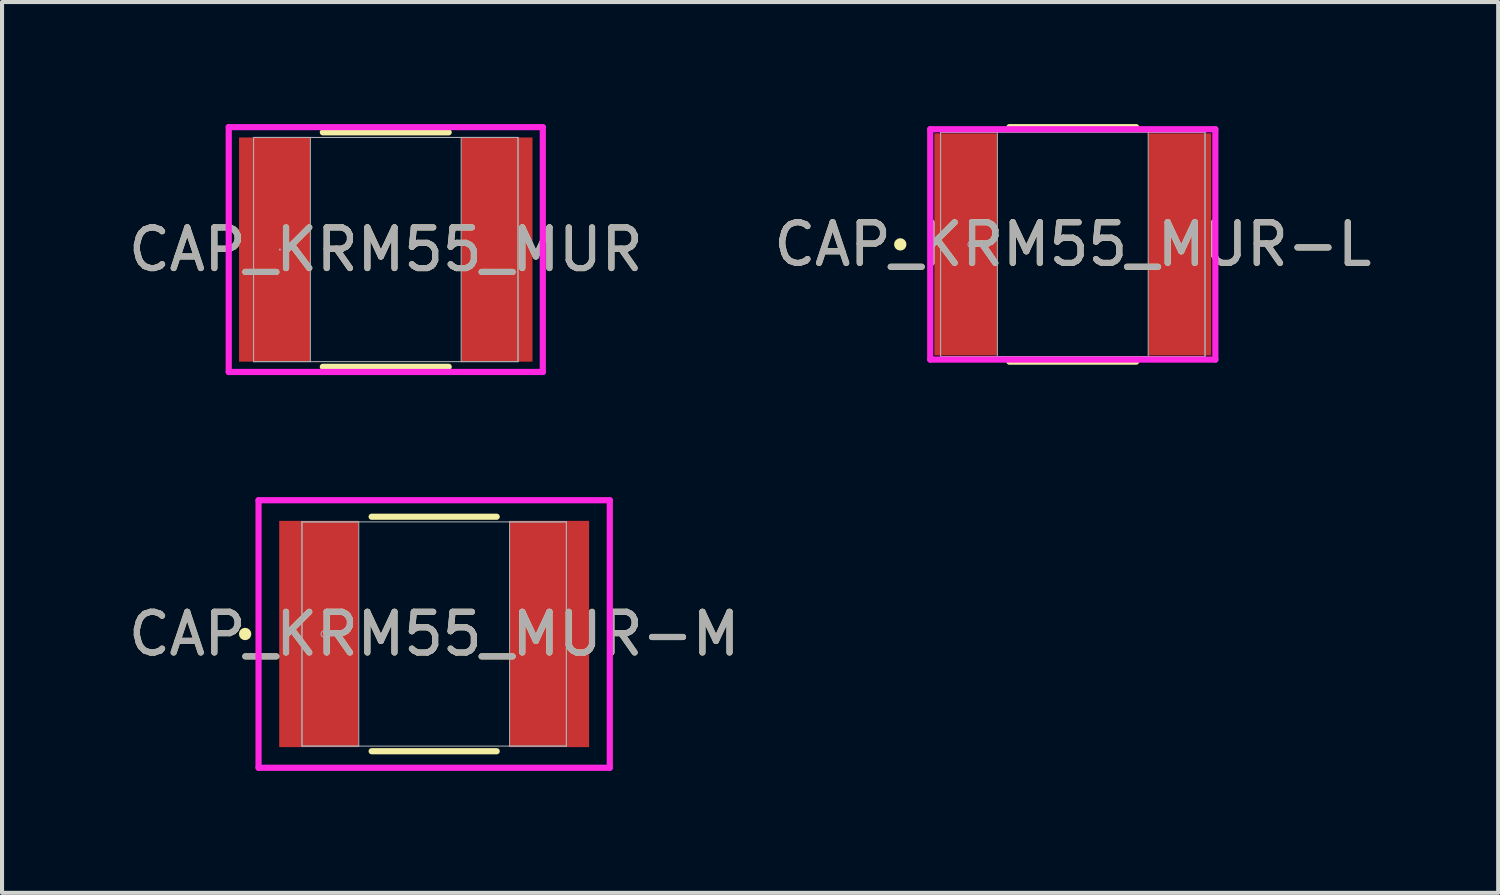
<source format=kicad_pcb>
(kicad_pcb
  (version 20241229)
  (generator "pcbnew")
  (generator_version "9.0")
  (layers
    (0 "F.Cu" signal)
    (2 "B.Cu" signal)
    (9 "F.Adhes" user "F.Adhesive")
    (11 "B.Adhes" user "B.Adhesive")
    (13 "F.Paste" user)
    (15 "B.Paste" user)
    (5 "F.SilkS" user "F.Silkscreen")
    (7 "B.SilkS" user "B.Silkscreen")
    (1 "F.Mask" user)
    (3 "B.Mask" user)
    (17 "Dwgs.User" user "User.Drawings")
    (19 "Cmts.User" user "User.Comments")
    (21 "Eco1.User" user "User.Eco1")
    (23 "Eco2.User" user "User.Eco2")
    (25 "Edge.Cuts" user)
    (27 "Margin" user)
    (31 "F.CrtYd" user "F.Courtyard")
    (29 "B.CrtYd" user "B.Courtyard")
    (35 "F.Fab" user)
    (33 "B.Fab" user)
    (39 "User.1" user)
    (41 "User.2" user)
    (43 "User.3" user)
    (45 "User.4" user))
  (footprint "CAP_KRM55_MUR-L"
    (layer "F.Cu")
    (at 23.327 2.959)
    (property "Reference" "CAP_KRM55_MUR-L" (at 0 0 0) (unlocked yes) (layer "F.SilkS") (effects (font (size 1 1) (thickness 0.15))))
    (attr smd)
    (fp_line (start -1.558 2.883) (end 1.558 2.883) (stroke (width 0.152) (type solid)) (layer "F.SilkS"))
    (fp_line (start 1.558 -2.883) (end -1.558 -2.883) (stroke (width 0.152) (type solid)) (layer "F.SilkS"))
    (fp_circle (center -4.242 0) (end -4.166 0) (stroke (width 0.152) (type solid)) (fill no) (layer "F.SilkS"))
    (fp_line (start -3.505 -2.832) (end 3.505 -2.832) (stroke (width 0.152) (type solid)) (layer "F.CrtYd"))
    (fp_line (start -3.505 2.832) (end -3.505 -2.832) (stroke (width 0.152) (type solid)) (layer "F.CrtYd"))
    (fp_line (start 3.505 -2.832) (end 3.505 2.832) (stroke (width 0.152) (type solid)) (layer "F.CrtYd"))
    (fp_line (start 3.505 2.832) (end -3.505 2.832) (stroke (width 0.152) (type solid)) (layer "F.CrtYd"))
    (fp_line (start -3.251 -2.756) (end -3.251 2.756) (stroke (width 0.025) (type solid)) (layer "F.Fab"))
    (fp_line (start -3.251 -2.756) (end -3.251 2.756) (stroke (width 0.025) (type solid)) (layer "F.Fab"))
    (fp_line (start -3.251 2.756) (end -1.854 2.756) (stroke (width 0.025) (type solid)) (layer "F.Fab"))
    (fp_line (start -3.251 2.756) (end 3.251 2.756) (stroke (width 0.025) (type solid)) (layer "F.Fab"))
    (fp_line (start -1.854 -2.756) (end -3.251 -2.756) (stroke (width 0.025) (type solid)) (layer "F.Fab"))
    (fp_line (start -1.854 2.756) (end -1.854 -2.756) (stroke (width 0.025) (type solid)) (layer "F.Fab"))
    (fp_line (start 1.854 -2.756) (end 1.854 2.756) (stroke (width 0.025) (type solid)) (layer "F.Fab"))
    (fp_line (start 1.854 2.756) (end 3.251 2.756) (stroke (width 0.025) (type solid)) (layer "F.Fab"))
    (fp_line (start 3.251 -2.756) (end -3.251 -2.756) (stroke (width 0.025) (type solid)) (layer "F.Fab"))
    (fp_line (start 3.251 -2.756) (end 1.854 -2.756) (stroke (width 0.025) (type solid)) (layer "F.Fab"))
    (fp_line (start 3.251 2.756) (end 3.251 -2.756) (stroke (width 0.025) (type solid)) (layer "F.Fab"))
    (fp_line (start 3.251 2.756) (end 3.251 -2.756) (stroke (width 0.025) (type solid)) (layer "F.Fab"))
    (fp_circle (center -2.502 0) (end -2.426 0) (stroke (width 0.025) (type solid)) (fill no) (layer "F.Fab"))
    (fp_text user "${REFERENCE}" (at 0 0 0) (unlocked yes) (layer "F.Fab") (effects (font (size 1 1) (thickness 0.15))))
    (pad "1" smd rect (at -2.629 0) (size 1.549 5.461) (layers "F.Cu" "F.Mask" "F.Paste"))
    (pad "2" smd rect (at 2.629 0) (size 1.549 5.461) (layers "F.Cu" "F.Mask" "F.Paste"))
    (zone (net_name "") (layer "F.Cu") (hatch full 0.508) (connect_pads) (min_thickness 0.254) (filled_areas_thickness no) (keepout (tracks not_allowed) (vias not_allowed) (pads allowed) (copperpour not_allowed) (footprints allowed)) (placement (enabled no)) (fill) (polygon (pts (xy 21.524 0.254) (xy 25.131 0.254) (xy 25.131 5.664) (xy 21.524 5.664)))))
  (footprint "CAP_KRM55_MUR-M"
    (layer "F.Cu")
    (at 7.625 12.538)
    (property "Reference" "CAP_KRM55_MUR-M" (at 0 0 0) (unlocked yes) (layer "F.SilkS") (effects (font (size 1 1) (thickness 0.15))))
    (attr smd)
    (fp_line (start -1.537 2.883) (end 1.537 2.883) (stroke (width 0.152) (type solid)) (layer "F.SilkS"))
    (fp_line (start 1.537 -2.883) (end -1.537 -2.883) (stroke (width 0.152) (type solid)) (layer "F.SilkS"))
    (fp_circle (center -4.648 0) (end -4.572 0) (stroke (width 0.152) (type solid)) (fill no) (layer "F.SilkS"))
    (fp_line (start -4.318 -3.289) (end 4.318 -3.289) (stroke (width 0.152) (type solid)) (layer "F.CrtYd"))
    (fp_line (start -4.318 3.289) (end -4.318 -3.289) (stroke (width 0.152) (type solid)) (layer "F.CrtYd"))
    (fp_line (start 4.318 -3.289) (end 4.318 3.289) (stroke (width 0.152) (type solid)) (layer "F.CrtYd"))
    (fp_line (start 4.318 3.289) (end -4.318 3.289) (stroke (width 0.152) (type solid)) (layer "F.CrtYd"))
    (fp_line (start -3.251 -2.756) (end -3.251 2.756) (stroke (width 0.025) (type solid)) (layer "F.Fab"))
    (fp_line (start -3.251 -2.756) (end -3.251 2.756) (stroke (width 0.025) (type solid)) (layer "F.Fab"))
    (fp_line (start -3.251 2.756) (end -1.854 2.756) (stroke (width 0.025) (type solid)) (layer "F.Fab"))
    (fp_line (start -3.251 2.756) (end 3.251 2.756) (stroke (width 0.025) (type solid)) (layer "F.Fab"))
    (fp_line (start -1.854 -2.756) (end -3.251 -2.756) (stroke (width 0.025) (type solid)) (layer "F.Fab"))
    (fp_line (start -1.854 2.756) (end -1.854 -2.756) (stroke (width 0.025) (type solid)) (layer "F.Fab"))
    (fp_line (start 1.854 -2.756) (end 1.854 2.756) (stroke (width 0.025) (type solid)) (layer "F.Fab"))
    (fp_line (start 1.854 2.756) (end 3.251 2.756) (stroke (width 0.025) (type solid)) (layer "F.Fab"))
    (fp_line (start 3.251 -2.756) (end -3.251 -2.756) (stroke (width 0.025) (type solid)) (layer "F.Fab"))
    (fp_line (start 3.251 -2.756) (end 1.854 -2.756) (stroke (width 0.025) (type solid)) (layer "F.Fab"))
    (fp_line (start 3.251 2.756) (end 3.251 -2.756) (stroke (width 0.025) (type solid)) (layer "F.Fab"))
    (fp_line (start 3.251 2.756) (end 3.251 -2.756) (stroke (width 0.025) (type solid)) (layer "F.Fab"))
    (fp_circle (center -2.705 0) (end -2.629 0) (stroke (width 0.025) (type solid)) (fill no) (layer "F.Fab"))
    (fp_text user "${REFERENCE}" (at 0 0 0) (unlocked yes) (layer "F.Fab") (effects (font (size 1 1) (thickness 0.15))))
    (pad "1" smd rect (at -2.832 0) (size 1.956 5.563) (layers "F.Cu" "F.Mask" "F.Paste"))
    (pad "2" smd rect (at 2.832 0) (size 1.956 5.563) (layers "F.Cu" "F.Mask" "F.Paste"))
    (zone (net_name "") (layer "F.Cu") (hatch full 0.508) (connect_pads) (min_thickness 0.254) (filled_areas_thickness no) (keepout (tracks not_allowed) (vias not_allowed) (pads allowed) (copperpour not_allowed) (footprints allowed)) (placement (enabled no)) (fill) (polygon (pts (xy 5.822 9.833) (xy 9.428 9.833) (xy 9.428 15.243) (xy 5.822 15.243)))))
  (footprint "CAP_KRM55_MUR"
    (layer "F.Cu")
    (at 6.435 3.086)
    (property "Reference" "CAP_KRM55_MUR" (at 0 0 0) (unlocked yes) (layer "F.SilkS") (effects (font (size 1 1) (thickness 0.15))))
    (attr smd)
    (fp_line (start -1.547 2.883) (end 1.547 2.883) (stroke (width 0.152) (type solid)) (layer "F.SilkS"))
    (fp_line (start 1.547 -2.883) (end -1.547 -2.883) (stroke (width 0.152) (type solid)) (layer "F.SilkS"))
    (fp_line (start -3.861 -3.01) (end 3.861 -3.01) (stroke (width 0.152) (type solid)) (layer "F.CrtYd"))
    (fp_line (start -3.861 3.01) (end -3.861 -3.01) (stroke (width 0.152) (type solid)) (layer "F.CrtYd"))
    (fp_line (start 3.861 -3.01) (end 3.861 3.01) (stroke (width 0.152) (type solid)) (layer "F.CrtYd"))
    (fp_line (start 3.861 3.01) (end -3.861 3.01) (stroke (width 0.152) (type solid)) (layer "F.CrtYd"))
    (fp_line (start -3.251 -2.756) (end -3.251 2.756) (stroke (width 0.025) (type solid)) (layer "F.Fab"))
    (fp_line (start -3.251 -2.756) (end -3.251 2.756) (stroke (width 0.025) (type solid)) (layer "F.Fab"))
    (fp_line (start -3.251 2.756) (end -1.854 2.756) (stroke (width 0.025) (type solid)) (layer "F.Fab"))
    (fp_line (start -3.251 2.756) (end 3.251 2.756) (stroke (width 0.025) (type solid)) (layer "F.Fab"))
    (fp_line (start -1.854 -2.756) (end -3.251 -2.756) (stroke (width 0.025) (type solid)) (layer "F.Fab"))
    (fp_line (start -1.854 2.756) (end -1.854 -2.756) (stroke (width 0.025) (type solid)) (layer "F.Fab"))
    (fp_line (start 1.854 -2.756) (end 1.854 2.756) (stroke (width 0.025) (type solid)) (layer "F.Fab"))
    (fp_line (start 1.854 2.756) (end 3.251 2.756) (stroke (width 0.025) (type solid)) (layer "F.Fab"))
    (fp_line (start 3.251 -2.756) (end -3.251 -2.756) (stroke (width 0.025) (type solid)) (layer "F.Fab"))
    (fp_line (start 3.251 -2.756) (end 1.854 -2.756) (stroke (width 0.025) (type solid)) (layer "F.Fab"))
    (fp_line (start 3.251 2.756) (end 3.251 -2.756) (stroke (width 0.025) (type solid)) (layer "F.Fab"))
    (fp_line (start 3.251 2.756) (end 3.251 -2.756) (stroke (width 0.025) (type solid)) (layer "F.Fab"))
    (fp_circle (center -2.603 0) (end -2.603 0) (stroke (width 0.025) (type solid)) (fill no) (layer "F.Fab"))
    (fp_text user "${REFERENCE}" (at 0 0 0) (unlocked yes) (layer "F.Fab") (effects (font (size 1 1) (thickness 0.15))))
    (pad "1" smd rect (at -2.731 0) (size 1.753 5.512) (layers "F.Cu" "F.Mask" "F.Paste"))
    (pad "2" smd rect (at 2.731 0) (size 1.753 5.512) (layers "F.Cu" "F.Mask" "F.Paste"))
    (zone (net_name "") (layer "F.Cu") (hatch full 0.508) (connect_pads) (min_thickness 0.254) (filled_areas_thickness no) (keepout (tracks not_allowed) (vias not_allowed) (pads allowed) (copperpour not_allowed) (footprints allowed)) (placement (enabled no)) (fill) (polygon (pts (xy 4.631 0.381) (xy 8.238 0.381) (xy 8.238 5.791) (xy 4.631 5.791)))))
  (gr_rect
    (start -3 -3)
    (end 33.786 18.903)
    (stroke (width 0.1) (type default))
    (fill no)
    (layer "Edge.Cuts")))
</source>
